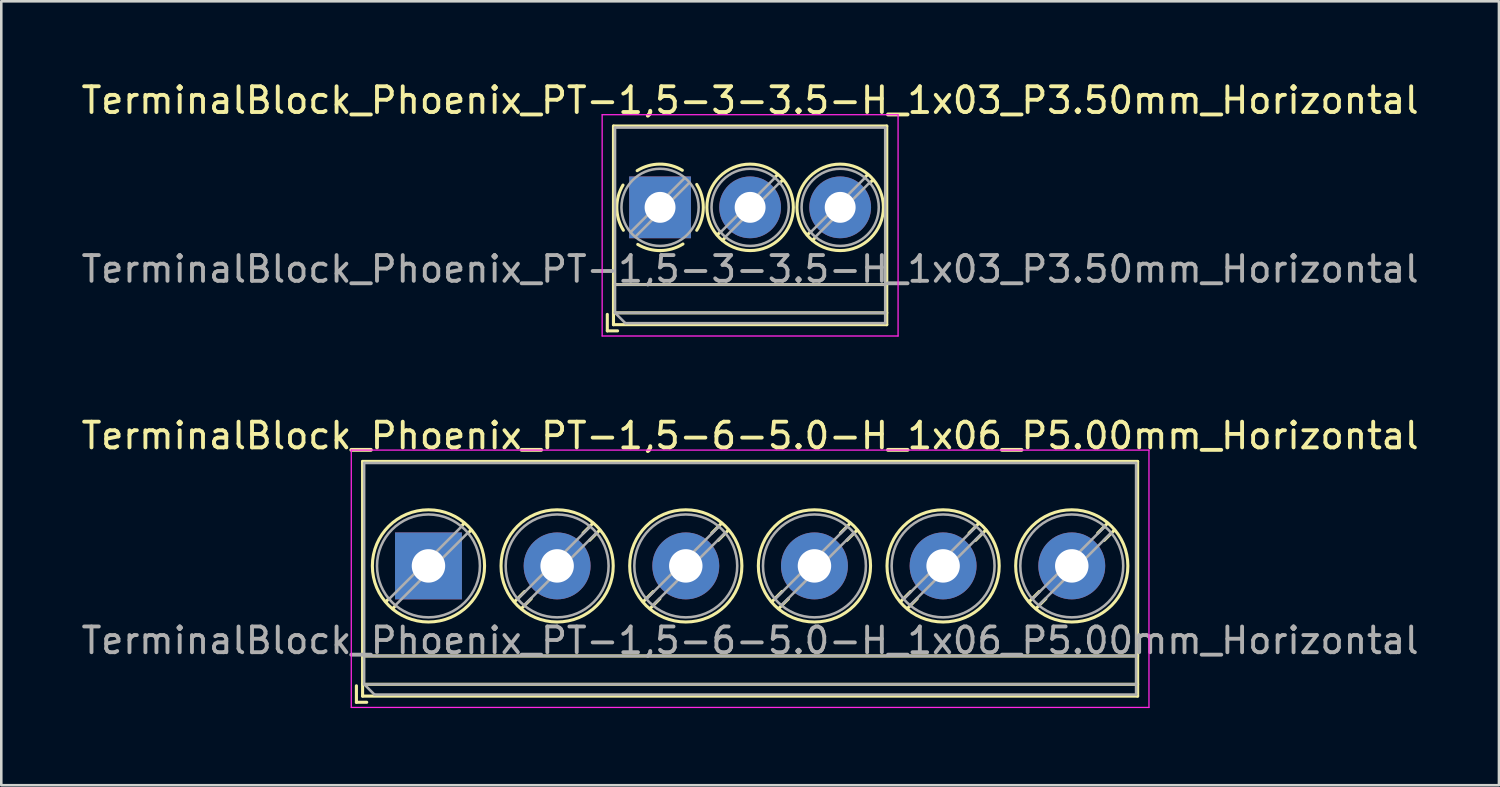
<source format=kicad_pcb>
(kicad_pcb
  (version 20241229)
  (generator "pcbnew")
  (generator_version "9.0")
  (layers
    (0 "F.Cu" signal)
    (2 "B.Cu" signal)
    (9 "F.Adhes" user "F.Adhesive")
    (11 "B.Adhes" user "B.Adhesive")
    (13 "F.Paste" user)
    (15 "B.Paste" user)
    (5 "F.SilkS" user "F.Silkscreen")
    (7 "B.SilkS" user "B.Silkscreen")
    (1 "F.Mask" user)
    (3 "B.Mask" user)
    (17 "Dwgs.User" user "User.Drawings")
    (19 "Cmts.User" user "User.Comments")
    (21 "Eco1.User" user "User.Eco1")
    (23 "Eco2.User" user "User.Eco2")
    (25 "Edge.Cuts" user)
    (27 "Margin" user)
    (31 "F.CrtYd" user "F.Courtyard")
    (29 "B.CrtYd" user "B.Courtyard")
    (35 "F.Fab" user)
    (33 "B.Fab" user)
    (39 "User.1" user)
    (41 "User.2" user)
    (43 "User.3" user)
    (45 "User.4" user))
  (footprint "TerminalBlock_Phoenix_PT-1,5-6-5.0-H_1x06_P5.00mm_Horizontal"
    (layer "F.Cu")
    (at 13.601 18.942)
    (property "Reference" "TerminalBlock_Phoenix_PT-1,5-6-5.0-H_1x06_P5.00mm_Horizontal" (at 12.5 -5.06 0) (layer "F.SilkS") (effects (font (size 1 1) (thickness 0.15))))
    (attr through_hole)
    (fp_line (start -2.8 4.66) (end -2.8 5.3) (stroke (width 0.12) (type solid)) (layer "F.SilkS"))
    (fp_line (start -2.8 5.3) (end -2.4 5.3) (stroke (width 0.12) (type solid)) (layer "F.SilkS"))
    (fp_line (start -2.56 -4.06) (end -2.56 5.06) (stroke (width 0.12) (type solid)) (layer "F.SilkS"))
    (fp_line (start -2.56 -4.06) (end 27.56 -4.06) (stroke (width 0.12) (type solid)) (layer "F.SilkS"))
    (fp_line (start -2.56 3.5) (end 27.56 3.5) (stroke (width 0.12) (type solid)) (layer "F.SilkS"))
    (fp_line (start -2.56 4.6) (end 27.56 4.6) (stroke (width 0.12) (type solid)) (layer "F.SilkS"))
    (fp_line (start -2.56 5.06) (end 27.56 5.06) (stroke (width 0.12) (type solid)) (layer "F.SilkS"))
    (fp_line (start -1.548 1.281) (end -1.654 1.388) (stroke (width 0.12) (type solid)) (layer "F.SilkS"))
    (fp_line (start -1.282 1.547) (end -1.388 1.654) (stroke (width 0.12) (type solid)) (layer "F.SilkS"))
    (fp_line (start 1.388 -1.654) (end 1.281 -1.547) (stroke (width 0.12) (type solid)) (layer "F.SilkS"))
    (fp_line (start 1.654 -1.388) (end 1.547 -1.281) (stroke (width 0.12) (type solid)) (layer "F.SilkS"))
    (fp_line (start 3.742 0.992) (end 3.347 1.388) (stroke (width 0.12) (type solid)) (layer "F.SilkS"))
    (fp_line (start 3.993 1.274) (end 3.613 1.654) (stroke (width 0.12) (type solid)) (layer "F.SilkS"))
    (fp_line (start 6.388 -1.654) (end 6.008 -1.274) (stroke (width 0.12) (type solid)) (layer "F.SilkS"))
    (fp_line (start 6.654 -1.388) (end 6.259 -0.992) (stroke (width 0.12) (type solid)) (layer "F.SilkS"))
    (fp_line (start 8.742 0.992) (end 8.347 1.388) (stroke (width 0.12) (type solid)) (layer "F.SilkS"))
    (fp_line (start 8.993 1.274) (end 8.613 1.654) (stroke (width 0.12) (type solid)) (layer "F.SilkS"))
    (fp_line (start 11.388 -1.654) (end 11.008 -1.274) (stroke (width 0.12) (type solid)) (layer "F.SilkS"))
    (fp_line (start 11.654 -1.388) (end 11.259 -0.992) (stroke (width 0.12) (type solid)) (layer "F.SilkS"))
    (fp_line (start 13.742 0.992) (end 13.347 1.388) (stroke (width 0.12) (type solid)) (layer "F.SilkS"))
    (fp_line (start 13.993 1.274) (end 13.613 1.654) (stroke (width 0.12) (type solid)) (layer "F.SilkS"))
    (fp_line (start 16.388 -1.654) (end 16.008 -1.274) (stroke (width 0.12) (type solid)) (layer "F.SilkS"))
    (fp_line (start 16.654 -1.388) (end 16.259 -0.992) (stroke (width 0.12) (type solid)) (layer "F.SilkS"))
    (fp_line (start 18.742 0.992) (end 18.347 1.388) (stroke (width 0.12) (type solid)) (layer "F.SilkS"))
    (fp_line (start 18.993 1.274) (end 18.613 1.654) (stroke (width 0.12) (type solid)) (layer "F.SilkS"))
    (fp_line (start 21.388 -1.654) (end 21.008 -1.274) (stroke (width 0.12) (type solid)) (layer "F.SilkS"))
    (fp_line (start 21.654 -1.388) (end 21.259 -0.992) (stroke (width 0.12) (type solid)) (layer "F.SilkS"))
    (fp_line (start 23.742 0.992) (end 23.347 1.388) (stroke (width 0.12) (type solid)) (layer "F.SilkS"))
    (fp_line (start 23.993 1.274) (end 23.613 1.654) (stroke (width 0.12) (type solid)) (layer "F.SilkS"))
    (fp_line (start 26.388 -1.654) (end 26.008 -1.274) (stroke (width 0.12) (type solid)) (layer "F.SilkS"))
    (fp_line (start 26.654 -1.388) (end 26.259 -0.992) (stroke (width 0.12) (type solid)) (layer "F.SilkS"))
    (fp_line (start 27.56 -4.06) (end 27.56 5.06) (stroke (width 0.12) (type solid)) (layer "F.SilkS"))
    (fp_circle (center 0 0) (end 2.18 0) (stroke (width 0.12) (type solid)) (fill no) (layer "F.SilkS"))
    (fp_circle (center 5 0) (end 7.18 0) (stroke (width 0.12) (type solid)) (fill no) (layer "F.SilkS"))
    (fp_circle (center 10 0) (end 12.18 0) (stroke (width 0.12) (type solid)) (fill no) (layer "F.SilkS"))
    (fp_circle (center 15 0) (end 17.18 0) (stroke (width 0.12) (type solid)) (fill no) (layer "F.SilkS"))
    (fp_circle (center 20 0) (end 22.18 0) (stroke (width 0.12) (type solid)) (fill no) (layer "F.SilkS"))
    (fp_circle (center 25 0) (end 27.18 0) (stroke (width 0.12) (type solid)) (fill no) (layer "F.SilkS"))
    (fp_line (start -3 -4.5) (end -3 5.5) (stroke (width 0.05) (type solid)) (layer "F.CrtYd"))
    (fp_line (start -3 5.5) (end 28 5.5) (stroke (width 0.05) (type solid)) (layer "F.CrtYd"))
    (fp_line (start 28 -4.5) (end -3 -4.5) (stroke (width 0.05) (type solid)) (layer "F.CrtYd"))
    (fp_line (start 28 5.5) (end 28 -4.5) (stroke (width 0.05) (type solid)) (layer "F.CrtYd"))
    (fp_line (start -2.5 -4) (end 27.5 -4) (stroke (width 0.1) (type solid)) (layer "F.Fab"))
    (fp_line (start -2.5 3.5) (end 27.5 3.5) (stroke (width 0.1) (type solid)) (layer "F.Fab"))
    (fp_line (start -2.5 4.6) (end -2.5 -4) (stroke (width 0.1) (type solid)) (layer "F.Fab"))
    (fp_line (start -2.5 4.6) (end 27.5 4.6) (stroke (width 0.1) (type solid)) (layer "F.Fab"))
    (fp_line (start -2.1 5) (end -2.5 4.6) (stroke (width 0.1) (type solid)) (layer "F.Fab"))
    (fp_line (start 1.273 -1.517) (end -1.517 1.273) (stroke (width 0.1) (type solid)) (layer "F.Fab"))
    (fp_line (start 1.517 -1.273) (end -1.273 1.517) (stroke (width 0.1) (type solid)) (layer "F.Fab"))
    (fp_line (start 6.273 -1.517) (end 3.484 1.273) (stroke (width 0.1) (type solid)) (layer "F.Fab"))
    (fp_line (start 6.517 -1.273) (end 3.728 1.517) (stroke (width 0.1) (type solid)) (layer "F.Fab"))
    (fp_line (start 11.273 -1.517) (end 8.484 1.273) (stroke (width 0.1) (type solid)) (layer "F.Fab"))
    (fp_line (start 11.517 -1.273) (end 8.728 1.517) (stroke (width 0.1) (type solid)) (layer "F.Fab"))
    (fp_line (start 16.273 -1.517) (end 13.484 1.273) (stroke (width 0.1) (type solid)) (layer "F.Fab"))
    (fp_line (start 16.517 -1.273) (end 13.728 1.517) (stroke (width 0.1) (type solid)) (layer "F.Fab"))
    (fp_line (start 21.273 -1.517) (end 18.484 1.273) (stroke (width 0.1) (type solid)) (layer "F.Fab"))
    (fp_line (start 21.517 -1.273) (end 18.728 1.517) (stroke (width 0.1) (type solid)) (layer "F.Fab"))
    (fp_line (start 26.273 -1.517) (end 23.484 1.273) (stroke (width 0.1) (type solid)) (layer "F.Fab"))
    (fp_line (start 26.517 -1.273) (end 23.728 1.517) (stroke (width 0.1) (type solid)) (layer "F.Fab"))
    (fp_line (start 27.5 -4) (end 27.5 5) (stroke (width 0.1) (type solid)) (layer "F.Fab"))
    (fp_line (start 27.5 5) (end -2.1 5) (stroke (width 0.1) (type solid)) (layer "F.Fab"))
    (fp_circle (center 0 0) (end 2 0) (stroke (width 0.1) (type solid)) (fill no) (layer "F.Fab"))
    (fp_circle (center 5 0) (end 7 0) (stroke (width 0.1) (type solid)) (fill no) (layer "F.Fab"))
    (fp_circle (center 10 0) (end 12 0) (stroke (width 0.1) (type solid)) (fill no) (layer "F.Fab"))
    (fp_circle (center 15 0) (end 17 0) (stroke (width 0.1) (type solid)) (fill no) (layer "F.Fab"))
    (fp_circle (center 20 0) (end 22 0) (stroke (width 0.1) (type solid)) (fill no) (layer "F.Fab"))
    (fp_circle (center 25 0) (end 27 0) (stroke (width 0.1) (type solid)) (fill no) (layer "F.Fab"))
    (fp_text user "${REFERENCE}" (at 12.5 2.9 0) (layer "F.Fab") (effects (font (size 1 1) (thickness 0.15))))
    (pad "1" thru_hole rect (at 0 0) (size 2.6 2.6) (drill 1.3) (layers "*.Cu" "*.Mask"))
    (pad "2" thru_hole circle (at 5 0) (size 2.6 2.6) (drill 1.3) (layers "*.Cu" "*.Mask"))
    (pad "3" thru_hole circle (at 10 0) (size 2.6 2.6) (drill 1.3) (layers "*.Cu" "*.Mask"))
    (pad "4" thru_hole circle (at 15 0) (size 2.6 2.6) (drill 1.3) (layers "*.Cu" "*.Mask"))
    (pad "5" thru_hole circle (at 20 0) (size 2.6 2.6) (drill 1.3) (layers "*.Cu" "*.Mask"))
    (pad "6" thru_hole circle (at 25 0) (size 2.6 2.6) (drill 1.3) (layers "*.Cu" "*.Mask")))
  (footprint "TerminalBlock_Phoenix_PT-1,5-3-3.5-H_1x03_P3.50mm_Horizontal"
    (layer "F.Cu")
    (at 22.601 5.008)
    (property "Reference" "TerminalBlock_Phoenix_PT-1,5-3-3.5-H_1x03_P3.50mm_Horizontal" (at 3.5 -4.16 0) (layer "F.SilkS") (effects (font (size 1 1) (thickness 0.15))))
    (attr through_hole)
    (fp_line (start -2.05 4.16) (end -2.05 4.8) (stroke (width 0.12) (type solid)) (layer "F.SilkS"))
    (fp_line (start -2.05 4.8) (end -1.65 4.8) (stroke (width 0.12) (type solid)) (layer "F.SilkS"))
    (fp_line (start -1.81 -3.16) (end -1.81 4.56) (stroke (width 0.12) (type solid)) (layer "F.SilkS"))
    (fp_line (start -1.81 -3.16) (end 8.81 -3.16) (stroke (width 0.12) (type solid)) (layer "F.SilkS"))
    (fp_line (start -1.81 3) (end 8.81 3) (stroke (width 0.12) (type solid)) (layer "F.SilkS"))
    (fp_line (start -1.81 4.1) (end 8.81 4.1) (stroke (width 0.12) (type solid)) (layer "F.SilkS"))
    (fp_line (start -1.81 4.56) (end 8.81 4.56) (stroke (width 0.12) (type solid)) (layer "F.SilkS"))
    (fp_line (start 2.355 0.941) (end 2.226 1.069) (stroke (width 0.12) (type solid)) (layer "F.SilkS"))
    (fp_line (start 2.525 1.181) (end 2.431 1.274) (stroke (width 0.12) (type solid)) (layer "F.SilkS"))
    (fp_line (start 4.57 -1.275) (end 4.476 -1.181) (stroke (width 0.12) (type solid)) (layer "F.SilkS"))
    (fp_line (start 4.775 -1.069) (end 4.646 -0.941) (stroke (width 0.12) (type solid)) (layer "F.SilkS"))
    (fp_line (start 5.855 0.941) (end 5.726 1.069) (stroke (width 0.12) (type solid)) (layer "F.SilkS"))
    (fp_line (start 6.025 1.181) (end 5.931 1.274) (stroke (width 0.12) (type solid)) (layer "F.SilkS"))
    (fp_line (start 8.07 -1.275) (end 7.976 -1.181) (stroke (width 0.12) (type solid)) (layer "F.SilkS"))
    (fp_line (start 8.275 -1.069) (end 8.146 -0.941) (stroke (width 0.12) (type solid)) (layer "F.SilkS"))
    (fp_line (start 8.81 -3.16) (end 8.81 4.56) (stroke (width 0.12) (type solid)) (layer "F.SilkS"))
    (fp_arc (start -1.425358 0.889894) (mid -1.680286 0.014012) (end -1.44 -0.866) (stroke (width 0.12) (type solid)) (layer "F.SilkS"))
    (fp_arc (start -0.889894 -1.425358) (mid -0.014012 -1.680286) (end 0.866 -1.44) (stroke (width 0.12) (type solid)) (layer "F.SilkS"))
    (fp_arc (start 0.028674 1.680099) (mid -0.435535 1.622918) (end -0.866 1.44) (stroke (width 0.12) (type solid)) (layer "F.SilkS"))
    (fp_arc (start 0.890264 1.424721) (mid 0.463071 1.61492) (end 0 1.68) (stroke (width 0.12) (type solid)) (layer "F.SilkS"))
    (fp_arc (start 1.425504 -0.890193) (mid 1.680626 0.000476) (end 1.425 0.891) (stroke (width 0.12) (type solid)) (layer "F.SilkS"))
    (fp_circle (center 3.5 0) (end 5.18 0) (stroke (width 0.12) (type solid)) (fill no) (layer "F.SilkS"))
    (fp_circle (center 7 0) (end 8.68 0) (stroke (width 0.12) (type solid)) (fill no) (layer "F.SilkS"))
    (fp_line (start -2.25 -3.6) (end -2.25 5) (stroke (width 0.05) (type solid)) (layer "F.CrtYd"))
    (fp_line (start -2.25 5) (end 9.25 5) (stroke (width 0.05) (type solid)) (layer "F.CrtYd"))
    (fp_line (start 9.25 -3.6) (end -2.25 -3.6) (stroke (width 0.05) (type solid)) (layer "F.CrtYd"))
    (fp_line (start 9.25 5) (end 9.25 -3.6) (stroke (width 0.05) (type solid)) (layer "F.CrtYd"))
    (fp_line (start -1.75 -3.1) (end 8.75 -3.1) (stroke (width 0.1) (type solid)) (layer "F.Fab"))
    (fp_line (start -1.75 3) (end 8.75 3) (stroke (width 0.1) (type solid)) (layer "F.Fab"))
    (fp_line (start -1.75 4.1) (end -1.75 -3.1) (stroke (width 0.1) (type solid)) (layer "F.Fab"))
    (fp_line (start -1.75 4.1) (end 8.75 4.1) (stroke (width 0.1) (type solid)) (layer "F.Fab"))
    (fp_line (start -1.35 4.5) (end -1.75 4.1) (stroke (width 0.1) (type solid)) (layer "F.Fab"))
    (fp_line (start 0.955 -1.138) (end -1.138 0.955) (stroke (width 0.1) (type solid)) (layer "F.Fab"))
    (fp_line (start 1.138 -0.955) (end -0.955 1.138) (stroke (width 0.1) (type solid)) (layer "F.Fab"))
    (fp_line (start 4.455 -1.138) (end 2.363 0.955) (stroke (width 0.1) (type solid)) (layer "F.Fab"))
    (fp_line (start 4.638 -0.955) (end 2.546 1.138) (stroke (width 0.1) (type solid)) (layer "F.Fab"))
    (fp_line (start 7.955 -1.138) (end 5.863 0.955) (stroke (width 0.1) (type solid)) (layer "F.Fab"))
    (fp_line (start 8.138 -0.955) (end 6.046 1.138) (stroke (width 0.1) (type solid)) (layer "F.Fab"))
    (fp_line (start 8.75 -3.1) (end 8.75 4.5) (stroke (width 0.1) (type solid)) (layer "F.Fab"))
    (fp_line (start 8.75 4.5) (end -1.35 4.5) (stroke (width 0.1) (type solid)) (layer "F.Fab"))
    (fp_circle (center 0 0) (end 1.5 0) (stroke (width 0.1) (type solid)) (fill no) (layer "F.Fab"))
    (fp_circle (center 3.5 0) (end 5 0) (stroke (width 0.1) (type solid)) (fill no) (layer "F.Fab"))
    (fp_circle (center 7 0) (end 8.5 0) (stroke (width 0.1) (type solid)) (fill no) (layer "F.Fab"))
    (fp_text user "${REFERENCE}" (at 3.5 2.4 0) (layer "F.Fab") (effects (font (size 1 1) (thickness 0.15))))
    (pad "1" thru_hole rect (at 0 0) (size 2.4 2.4) (drill 1.2) (layers "*.Cu" "*.Mask"))
    (pad "2" thru_hole circle (at 3.5 0) (size 2.4 2.4) (drill 1.2) (layers "*.Cu" "*.Mask"))
    (pad "3" thru_hole circle (at 7 0) (size 2.4 2.4) (drill 1.2) (layers "*.Cu" "*.Mask")))
  (gr_rect
    (start -3 -3)
    (end 55.202 27.466)
    (stroke (width 0.1) (type default))
    (fill no)
    (layer "Edge.Cuts")))
</source>
